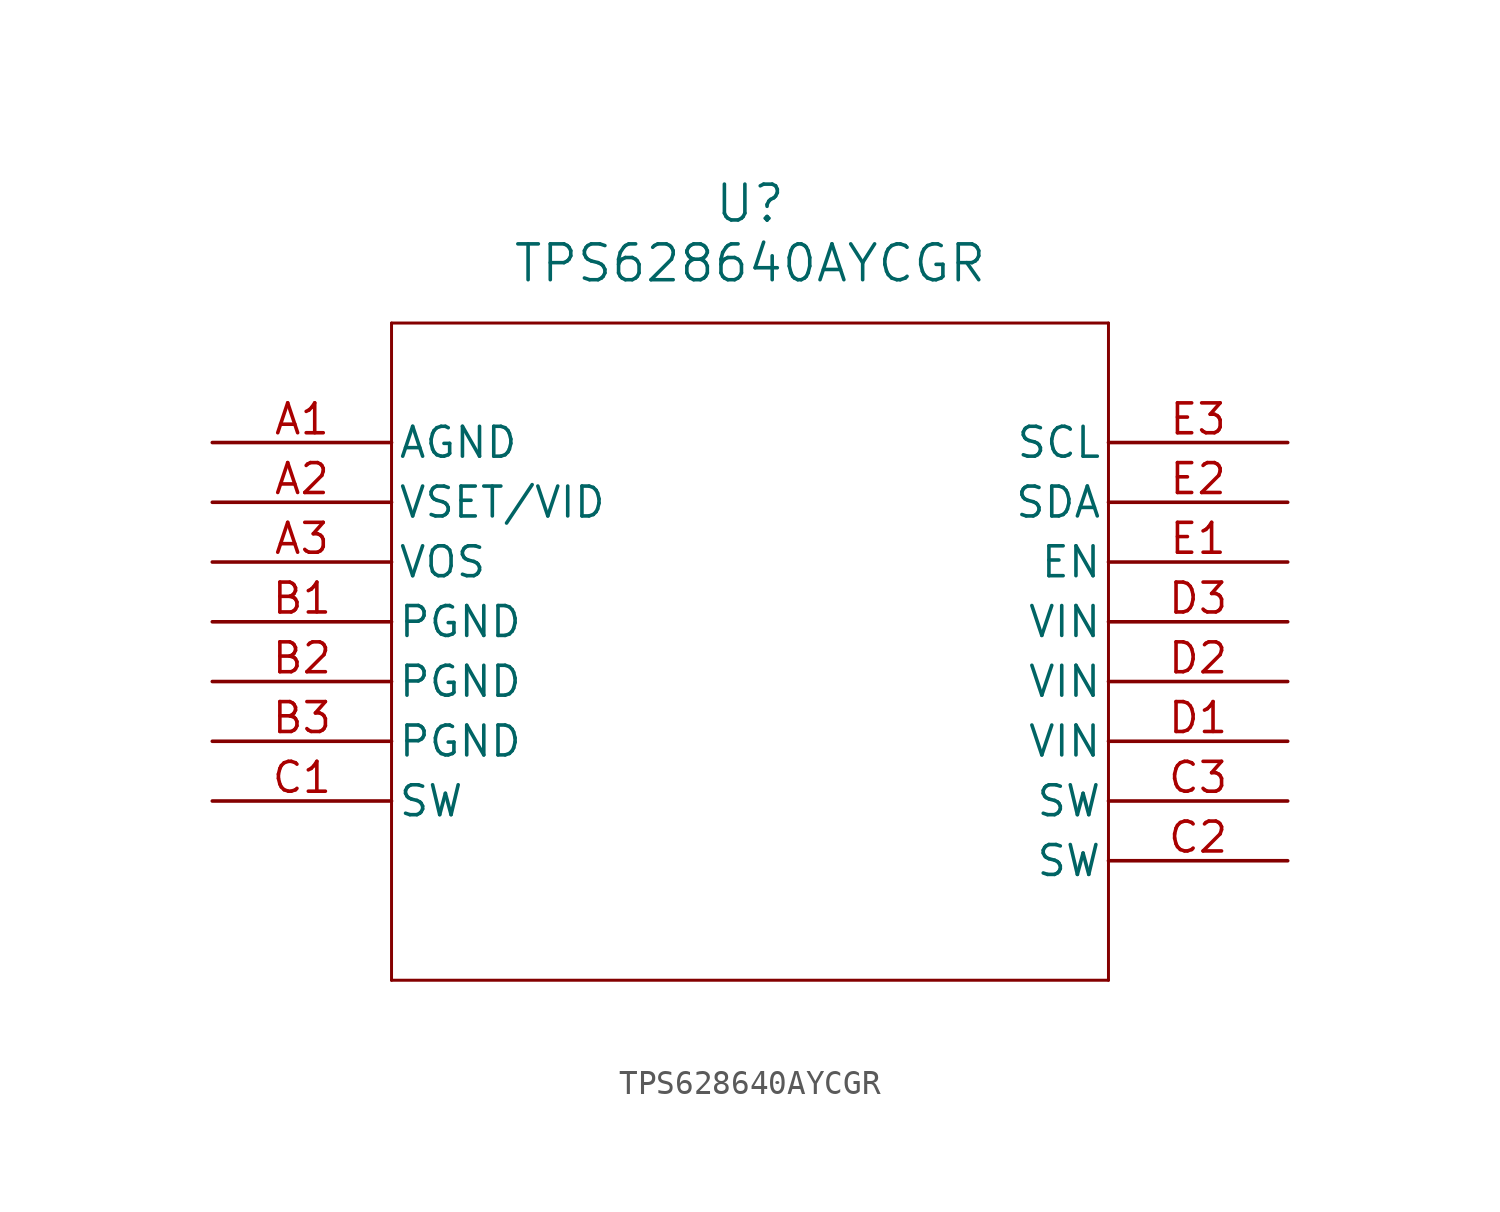
<source format=kicad_sym>
(kicad_symbol_lib
  (version 20211014)
  (generator kicad_symbol_editor)
  (symbol "TPS628640AYCGR"
    (pin_names
      (offset 0.254))
    (property "Reference" "U"
      (at 22.86 10.16 0)
      (effects (font (size 1.524 1.524))))
    (property "Value" "TPS628640AYCGR"
      (at 22.86 7.62 0)
      (effects (font (size 1.524 1.524))))
    (symbol "TPS628640AYCGR_0_1"
      (polyline (pts (xy 7.62 5.08) (xy 7.62 -22.86)) (stroke (width 0.127) (type default) (color 0 0 0 0)) (fill (type none)))
      (polyline (pts (xy 7.62 -22.86) (xy 38.1 -22.86)) (stroke (width 0.127) (type default) (color 0 0 0 0)) (fill (type none)))
      (polyline (pts (xy 38.1 -22.86) (xy 38.1 5.08)) (stroke (width 0.127) (type default) (color 0 0 0 0)) (fill (type none)))
      (polyline (pts (xy 38.1 5.08) (xy 7.62 5.08)) (stroke (width 0.127) (type default) (color 0 0 0 0)) (fill (type none)))
      (pin power_out line (at 0 0 0) (length 7.62) (name "AGND" (effects (font (size 1.27 1.27)))) (number "A1" (effects (font (size 1.27 1.27)))))
      (pin unspecified line (at 0 -2.54 0) (length 7.62) (name "VSET/VID" (effects (font (size 1.27 1.27)))) (number "A2" (effects (font (size 1.27 1.27)))))
      (pin unspecified line (at 0 -5.08 0) (length 7.62) (name "VOS" (effects (font (size 1.27 1.27)))) (number "A3" (effects (font (size 1.27 1.27)))))
      (pin power_out line (at 0 -7.62 0) (length 7.62) (name "PGND" (effects (font (size 1.27 1.27)))) (number "B1" (effects (font (size 1.27 1.27)))))
      (pin power_out line (at 0 -10.16 0) (length 7.62) (name "PGND" (effects (font (size 1.27 1.27)))) (number "B2" (effects (font (size 1.27 1.27)))))
      (pin power_out line (at 0 -12.7 0) (length 7.62) (name "PGND" (effects (font (size 1.27 1.27)))) (number "B3" (effects (font (size 1.27 1.27)))))
      (pin unspecified line (at 0 -15.24 0) (length 7.62) (name "SW" (effects (font (size 1.27 1.27)))) (number "C1" (effects (font (size 1.27 1.27)))))
      (pin unspecified line (at 45.72 -17.78 180) (length 7.62) (name "SW" (effects (font (size 1.27 1.27)))) (number "C2" (effects (font (size 1.27 1.27)))))
      (pin unspecified line (at 45.72 -15.24 180) (length 7.62) (name "SW" (effects (font (size 1.27 1.27)))) (number "C3" (effects (font (size 1.27 1.27)))))
      (pin power_in line (at 45.72 -12.7 180) (length 7.62) (name "VIN" (effects (font (size 1.27 1.27)))) (number "D1" (effects (font (size 1.27 1.27)))))
      (pin power_in line (at 45.72 -10.16 180) (length 7.62) (name "VIN" (effects (font (size 1.27 1.27)))) (number "D2" (effects (font (size 1.27 1.27)))))
      (pin power_in line (at 45.72 -7.62 180) (length 7.62) (name "VIN" (effects (font (size 1.27 1.27)))) (number "D3" (effects (font (size 1.27 1.27)))))
      (pin input line (at 45.72 -5.08 180) (length 7.62) (name "EN" (effects (font (size 1.27 1.27)))) (number "E1" (effects (font (size 1.27 1.27)))))
      (pin unspecified line (at 45.72 -2.54 180) (length 7.62) (name "SDA" (effects (font (size 1.27 1.27)))) (number "E2" (effects (font (size 1.27 1.27)))))
      (pin unspecified line (at 45.72 0 180) (length 7.62) (name "SCL" (effects (font (size 1.27 1.27)))) (number "E3" (effects (font (size 1.27 1.27))))))))
</source>
